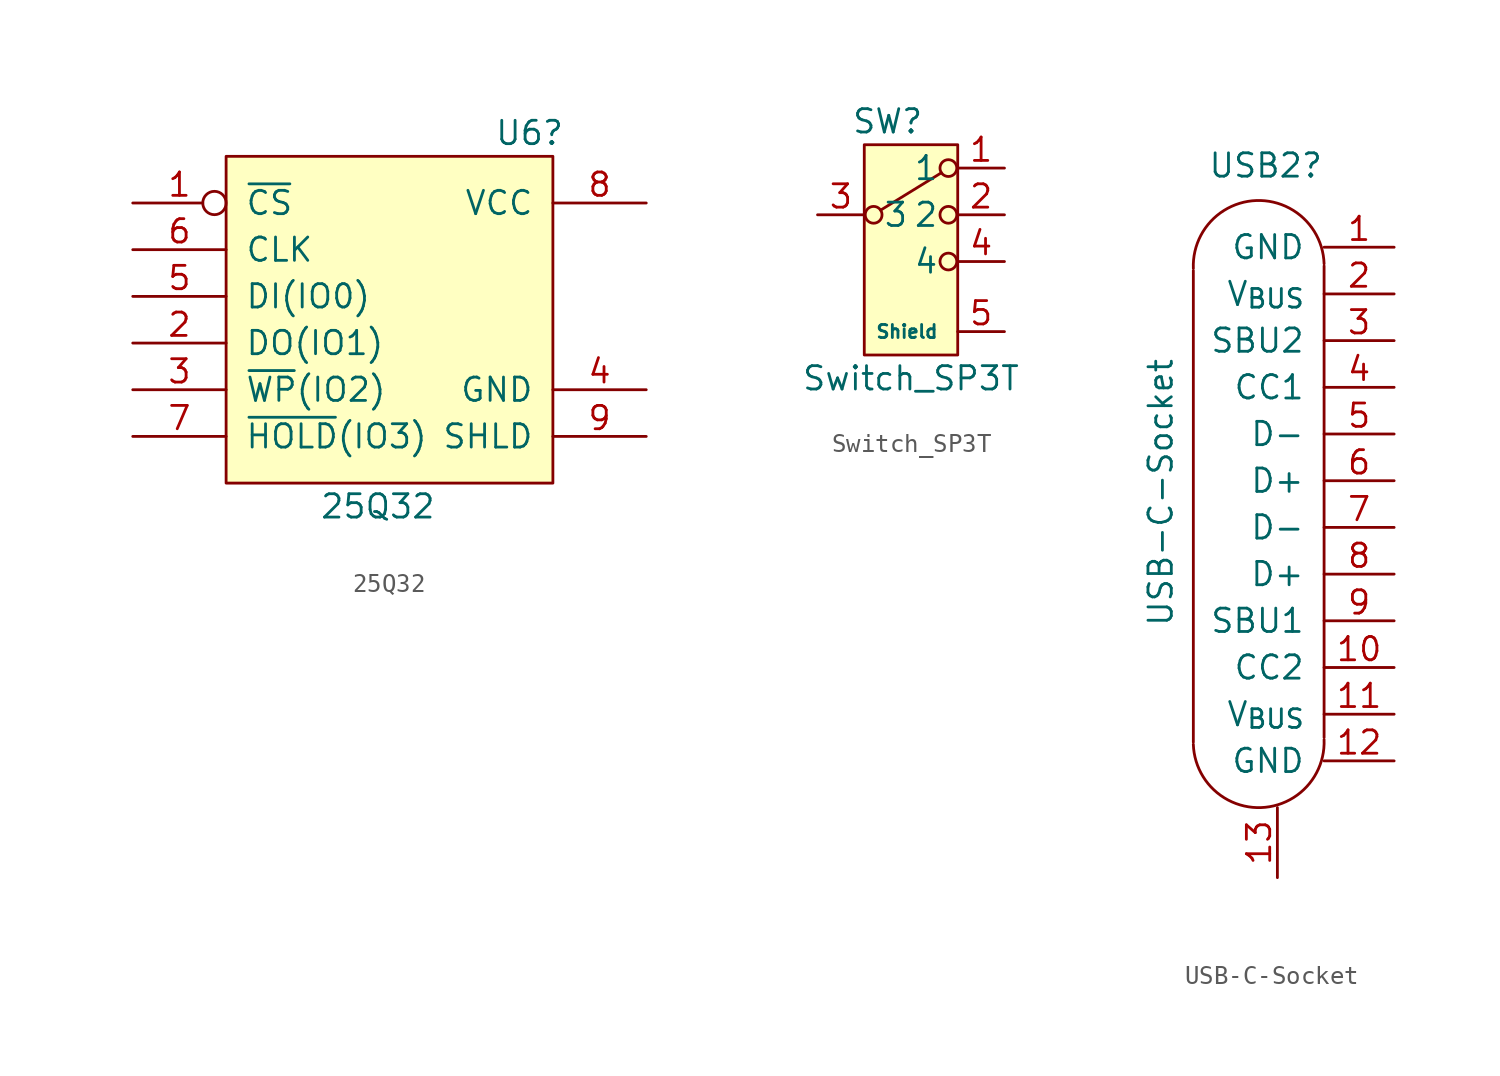
<source format=kicad_sym>
(kicad_symbol_lib
  (version 20231120)
  (generator "kicad_symbol_editor")
  (generator_version "8.0")
  (symbol "25Q32"
    (pin_names
      (offset 1.016))
    (property "Reference" "U6"
      (at 7.62 10.16 0)
      (effects (font (size 1.27 1.27))))
    (property "Value" "25Q32"
      (at -0.635 -10.16 0)
      (effects (font (size 1.27 1.27))))
    (symbol "25Q32_0_1"
      (rectangle (start -8.89 8.89) (end 8.89 -8.89) (stroke (width 0) (type solid)) (fill (type background))))
    (symbol "25Q32_1_1"
      (pin input inverted (at -13.97 6.35 0) (length 5.08) (name "~{CS}" (effects (font (size 1.27 1.27)))) (number "1" (effects (font (size 1.27 1.27)))))
      (pin bidirectional line (at -13.97 -1.27 0) (length 5.08) (name "DO(IO1)" (effects (font (size 1.27 1.27)))) (number "2" (effects (font (size 1.27 1.27)))))
      (pin bidirectional line (at -13.97 -3.81 0) (length 5.08) (name "~{WP}(IO2)" (effects (font (size 1.27 1.27)))) (number "3" (effects (font (size 1.27 1.27)))))
      (pin power_in line (at 13.97 -3.81 180) (length 5.08) (name "GND" (effects (font (size 1.27 1.27)))) (number "4" (effects (font (size 1.27 1.27)))))
      (pin bidirectional line (at -13.97 1.27 0) (length 5.08) (name "DI(IO0)" (effects (font (size 1.27 1.27)))) (number "5" (effects (font (size 1.27 1.27)))))
      (pin input line (at -13.97 3.81 0) (length 5.08) (name "CLK" (effects (font (size 1.27 1.27)))) (number "6" (effects (font (size 1.27 1.27)))))
      (pin bidirectional line (at -13.97 -6.35 0) (length 5.08) (name "~{HOLD}(IO3)" (effects (font (size 1.27 1.27)))) (number "7" (effects (font (size 1.27 1.27)))))
      (pin power_in line (at 13.97 6.35 180) (length 5.08) (name "VCC" (effects (font (size 1.27 1.27)))) (number "8" (effects (font (size 1.27 1.27)))))
      (pin passive line (at 13.97 -6.35 180) (length 5.08) (name "SHLD" (effects (font (size 1.27 1.27)))) (number "9" (effects (font (size 1.27 1.27)))))))
  (symbol "Switch_SP3T"
    (pin_names
      (offset 1.016))
    (property "Reference" "SW"
      (at -3.81 2.54 0)
      (effects (font (size 1.27 1.27))))
    (property "Value" "Switch_SP3T"
      (at -2.54 -11.43 0)
      (effects (font (size 1.27 1.27))))
    (symbol "Switch_SP3T_0_1"
      (rectangle (start 0 -10.16) (end -5.08 1.27) (stroke (width 0) (type solid)) (fill (type background))))
    (symbol "Switch_SP3T_1_1"
      (circle (center -4.572 -2.54) (radius 0.457) (stroke (width 0) (type solid)) (fill (type none)))
      (circle (center -0.508 -5.08) (radius 0.457) (stroke (width 0) (type solid)) (fill (type none)))
      (circle (center -0.508 -2.54) (radius 0.457) (stroke (width 0) (type solid)) (fill (type none)))
      (circle (center -0.508 0) (radius 0.457) (stroke (width 0) (type solid)) (fill (type none)))
      (polyline (pts (xy -4.191 -2.286) (xy -0.889 -0.254)) (stroke (width 0) (type solid)) (fill (type none)))
      (pin passive line (at 2.54 0 180) (length 2.54) (name "1" (effects (font (size 1.27 1.27)))) (number "1" (effects (font (size 1.27 1.27)))))
      (pin passive line (at 2.54 -2.54 180) (length 2.54) (name "2" (effects (font (size 1.27 1.27)))) (number "2" (effects (font (size 1.27 1.27)))))
      (pin passive line (at -7.62 -2.54 0) (length 2.54) (name "3" (effects (font (size 1.27 1.27)))) (number "3" (effects (font (size 1.27 1.27)))))
      (pin passive line (at 2.54 -5.08 180) (length 2.54) (name "4" (effects (font (size 1.27 1.27)))) (number "4" (effects (font (size 1.27 1.27)))))
      (pin passive line (at 2.54 -8.89 180) (length 2.54) (name "Shield" (effects (font (size 0.711 0.711)))) (number "5" (effects (font (size 1.27 1.27)))))))
  (symbol "USB-C-Socket"
    (pin_names
      (offset 1.016))
    (property "Reference" "USB2"
      (at -5.715 18.415 0)
      (effects (font (size 1.27 1.27))))
    (property "Value" "USB-C-Socket"
      (at -11.43 0.635 90)
      (effects (font (size 1.27 1.27))))
    (symbol "USB-C-Socket_0_1"
      (arc (start -9.6525 -13.0657) (mid -5.969 -16.51) (end -2.5405 -12.8117) (stroke (width 0) (type default)) (fill (type none)))
      (arc (start -2.5395 13.0657) (mid -6.223 16.51) (end -9.6515 12.8117) (stroke (width 0) (type default)) (fill (type none)))
      (polyline (pts (xy -9.652 12.7) (xy -9.652 -12.954)) (stroke (width 0) (type default)) (fill (type none)))
      (polyline (pts (xy -2.54 -12.7) (xy -2.54 12.954)) (stroke (width 0) (type default)) (fill (type none))))
    (symbol "USB-C-Socket_1_1"
      (pin power_out line (at 1.27 13.97 180) (length 3.81) (name "GND" (effects (font (size 1.27 1.27)))) (number "1" (effects (font (size 1.27 1.27)))))
      (pin input line (at 1.27 -8.89 180) (length 3.81) (name "CC2" (effects (font (size 1.27 1.27)))) (number "10" (effects (font (size 1.27 1.27)))))
      (pin power_in line (at 1.27 -11.43 180) (length 3.81) (name "V_{BUS}" (effects (font (size 1.27 1.27)))) (number "11" (effects (font (size 1.27 1.27)))))
      (pin power_in line (at 1.27 -13.97 180) (length 3.81) (name "GND" (effects (font (size 1.27 1.27)))) (number "12" (effects (font (size 1.27 1.27)))))
      (pin passive line (at -5.08 -20.32 90) (length 3.81) (name "" (effects (font (size 1.27 1.27)))) (number "13" (effects (font (size 1.27 1.27)))))
      (pin power_out line (at 1.27 11.43 180) (length 3.81) (name "V_{BUS}" (effects (font (size 1.27 1.27)))) (number "2" (effects (font (size 1.27 1.27)))))
      (pin passive line (at 1.27 8.89 180) (length 3.81) (name "SBU2" (effects (font (size 1.27 1.27)))) (number "3" (effects (font (size 1.27 1.27)))))
      (pin input line (at 1.27 6.35 180) (length 3.81) (name "CC1" (effects (font (size 1.27 1.27)))) (number "4" (effects (font (size 1.27 1.27)))))
      (pin bidirectional line (at 1.27 3.81 180) (length 3.81) (name "D-" (effects (font (size 1.27 1.27)))) (number "5" (effects (font (size 1.27 1.27)))))
      (pin bidirectional line (at 1.27 1.27 180) (length 3.81) (name "D+" (effects (font (size 1.27 1.27)))) (number "6" (effects (font (size 1.27 1.27)))))
      (pin bidirectional line (at 1.27 -1.27 180) (length 3.81) (name "D-" (effects (font (size 1.27 1.27)))) (number "7" (effects (font (size 1.27 1.27)))))
      (pin bidirectional line (at 1.27 -3.81 180) (length 3.81) (name "D+" (effects (font (size 1.27 1.27)))) (number "8" (effects (font (size 1.27 1.27)))))
      (pin passive line (at 1.27 -6.35 180) (length 3.81) (name "SBU1" (effects (font (size 1.27 1.27)))) (number "9" (effects (font (size 1.27 1.27))))))))
</source>
